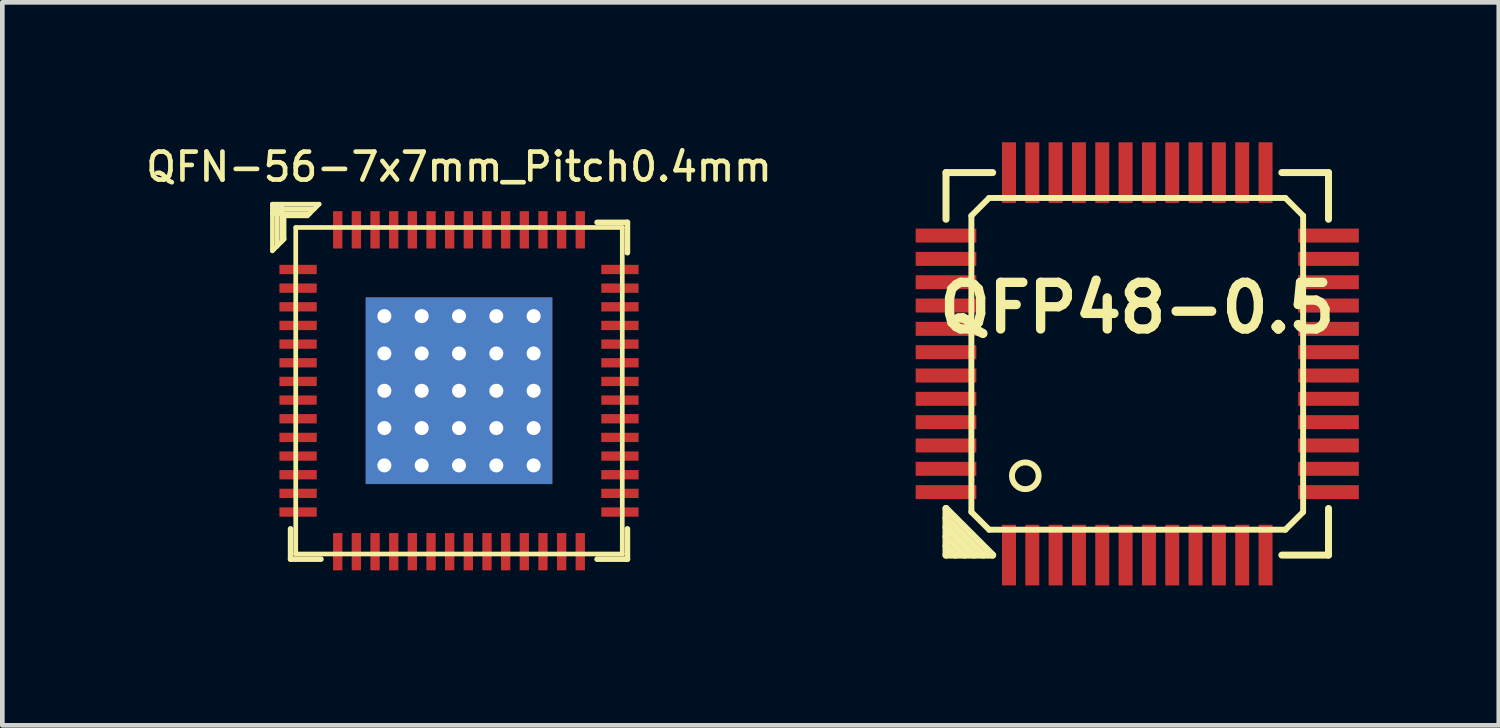
<source format=kicad_pcb>
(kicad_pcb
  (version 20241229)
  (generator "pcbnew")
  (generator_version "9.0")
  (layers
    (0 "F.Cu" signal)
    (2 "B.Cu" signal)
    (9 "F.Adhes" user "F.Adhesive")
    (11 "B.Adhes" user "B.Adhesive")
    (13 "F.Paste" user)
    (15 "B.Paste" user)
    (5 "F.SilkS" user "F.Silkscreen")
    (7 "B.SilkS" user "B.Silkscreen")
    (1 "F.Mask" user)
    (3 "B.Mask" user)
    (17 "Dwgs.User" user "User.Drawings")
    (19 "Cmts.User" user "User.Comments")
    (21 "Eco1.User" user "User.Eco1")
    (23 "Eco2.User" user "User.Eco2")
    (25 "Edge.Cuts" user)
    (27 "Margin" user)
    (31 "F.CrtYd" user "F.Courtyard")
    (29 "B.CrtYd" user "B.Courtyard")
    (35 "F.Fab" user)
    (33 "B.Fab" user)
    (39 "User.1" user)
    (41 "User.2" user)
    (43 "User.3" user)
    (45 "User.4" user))
  (footprint "QFN-56-7x7mm_Pitch0.4mm"
    (layer "F.Cu")
    (at 6.79 5.327)
    (property "Reference" "QFN-56-7x7mm_Pitch0.4mm" (at 0 -4.8 0) (layer "F.SilkS") (effects (font (size 0.6 0.6) (thickness 0.1) (bold yes))))
    (attr smd)
    (fp_line (start -4 -4) (end -4 -3) (stroke (width 0.1) (type default)) (layer "F.SilkS"))
    (fp_line (start -4 -3.9) (end -3.1 -3.9) (stroke (width 0.1) (type default)) (layer "F.SilkS"))
    (fp_line (start -4 -3.8) (end -3.2 -3.8) (stroke (width 0.1) (type default)) (layer "F.SilkS"))
    (fp_line (start -4 -3) (end -3.75 -3.25) (stroke (width 0.1) (type default)) (layer "F.SilkS"))
    (fp_line (start -3.9 -4) (end -3.9 -3.1) (stroke (width 0.1) (type default)) (layer "F.SilkS"))
    (fp_line (start -3.8 -4) (end -3.8 -3.2) (stroke (width 0.1) (type default)) (layer "F.SilkS"))
    (fp_line (start -3.75 -3.75) (end -3.25 -3.75) (stroke (width 0.1) (type default)) (layer "F.SilkS"))
    (fp_line (start -3.75 -3.25) (end -3.75 -3.75) (stroke (width 0.1) (type default)) (layer "F.SilkS"))
    (fp_line (start -3.61 3.61) (end -3.61 2.96) (stroke (width 0.12) (type solid)) (layer "F.SilkS"))
    (fp_line (start -3.5 -3.5) (end 3.5 -3.5) (stroke (width 0.1) (type solid)) (layer "F.SilkS"))
    (fp_line (start -3.5 3.5) (end -3.5 -3.5) (stroke (width 0.1) (type solid)) (layer "F.SilkS"))
    (fp_line (start -3.25 -3.75) (end -3 -4) (stroke (width 0.1) (type default)) (layer "F.SilkS"))
    (fp_line (start -3 -4) (end -4 -4) (stroke (width 0.1) (type default)) (layer "F.SilkS"))
    (fp_line (start -2.96 3.61) (end -3.61 3.61) (stroke (width 0.12) (type solid)) (layer "F.SilkS"))
    (fp_line (start 2.96 -3.61) (end 3.61 -3.61) (stroke (width 0.12) (type solid)) (layer "F.SilkS"))
    (fp_line (start 2.96 3.61) (end 3.61 3.61) (stroke (width 0.12) (type solid)) (layer "F.SilkS"))
    (fp_line (start 3.5 -3.5) (end 3.5 3.5) (stroke (width 0.1) (type solid)) (layer "F.SilkS"))
    (fp_line (start 3.5 3.5) (end -3.5 3.5) (stroke (width 0.1) (type solid)) (layer "F.SilkS"))
    (fp_line (start 3.61 -3.61) (end 3.61 -2.96) (stroke (width 0.12) (type solid)) (layer "F.SilkS"))
    (fp_line (start 3.61 3.61) (end 3.61 2.96) (stroke (width 0.12) (type solid)) (layer "F.SilkS"))
    (fp_circle (center -1.2 -1.2) (end -0.9 -1.2) (stroke (width 0) (type solid)) (fill yes) (layer "F.Paste"))
    (fp_circle (center -1.2 -0.4) (end -0.9 -0.4) (stroke (width 0) (type solid)) (fill yes) (layer "F.Paste"))
    (fp_circle (center -1.2 0.4) (end -0.9 0.4) (stroke (width 0) (type solid)) (fill yes) (layer "F.Paste"))
    (fp_circle (center -1.2 1.2) (end -0.9 1.2) (stroke (width 0) (type solid)) (fill yes) (layer "F.Paste"))
    (fp_circle (center -0.4 -1.2) (end -0.1 -1.2) (stroke (width 0) (type solid)) (fill yes) (layer "F.Paste"))
    (fp_circle (center -0.4 -0.4) (end -0.1 -0.4) (stroke (width 0) (type solid)) (fill yes) (layer "F.Paste"))
    (fp_circle (center -0.4 0.4) (end -0.1 0.4) (stroke (width 0) (type solid)) (fill yes) (layer "F.Paste"))
    (fp_circle (center -0.4 1.2) (end -0.1 1.2) (stroke (width 0) (type solid)) (fill yes) (layer "F.Paste"))
    (fp_circle (center 0.4 -1.2) (end 0.7 -1.2) (stroke (width 0) (type solid)) (fill yes) (layer "F.Paste"))
    (fp_circle (center 0.4 -0.4) (end 0.7 -0.4) (stroke (width 0) (type solid)) (fill yes) (layer "F.Paste"))
    (fp_circle (center 0.4 0.4) (end 0.7 0.4) (stroke (width 0) (type solid)) (fill yes) (layer "F.Paste"))
    (fp_circle (center 0.4 1.2) (end 0.7 1.2) (stroke (width 0) (type solid)) (fill yes) (layer "F.Paste"))
    (fp_circle (center 1.2 -1.2) (end 1.5 -1.2) (stroke (width 0) (type solid)) (fill yes) (layer "F.Paste"))
    (fp_circle (center 1.2 -0.4) (end 1.5 -0.4) (stroke (width 0) (type solid)) (fill yes) (layer "F.Paste"))
    (fp_circle (center 1.2 0.4) (end 1.5 0.4) (stroke (width 0) (type solid)) (fill yes) (layer "F.Paste"))
    (fp_circle (center 1.2 1.2) (end 1.5 1.2) (stroke (width 0) (type solid)) (fill yes) (layer "F.Paste"))
    (pad "1" smd rect (at -3.45 -2.6) (size 0.8 0.2) (layers "F.Cu" "F.Mask" "F.Paste"))
    (pad "2" smd rect (at -3.45 -2.2) (size 0.8 0.2) (layers "F.Cu" "F.Mask" "F.Paste"))
    (pad "3" smd rect (at -3.45 -1.8) (size 0.8 0.2) (layers "F.Cu" "F.Mask" "F.Paste"))
    (pad "4" smd rect (at -3.45 -1.4) (size 0.8 0.2) (layers "F.Cu" "F.Mask" "F.Paste"))
    (pad "5" smd rect (at -3.45 -1) (size 0.8 0.2) (layers "F.Cu" "F.Mask" "F.Paste"))
    (pad "6" smd rect (at -3.45 -0.6) (size 0.8 0.2) (layers "F.Cu" "F.Mask" "F.Paste"))
    (pad "7" smd rect (at -3.45 -0.2) (size 0.8 0.2) (layers "F.Cu" "F.Mask" "F.Paste"))
    (pad "8" smd rect (at -3.45 0.2) (size 0.8 0.2) (layers "F.Cu" "F.Mask" "F.Paste"))
    (pad "9" smd rect (at -3.45 0.6) (size 0.8 0.2) (layers "F.Cu" "F.Mask" "F.Paste"))
    (pad "10" smd rect (at -3.45 1) (size 0.8 0.2) (layers "F.Cu" "F.Mask" "F.Paste"))
    (pad "11" smd rect (at -3.45 1.4) (size 0.8 0.2) (layers "F.Cu" "F.Mask" "F.Paste"))
    (pad "12" smd rect (at -3.45 1.8) (size 0.8 0.2) (layers "F.Cu" "F.Mask" "F.Paste"))
    (pad "13" smd rect (at -3.45 2.2) (size 0.8 0.2) (layers "F.Cu" "F.Mask" "F.Paste"))
    (pad "14" smd rect (at -3.45 2.6) (size 0.8 0.2) (layers "F.Cu" "F.Mask" "F.Paste"))
    (pad "15" smd rect (at -2.6 3.45) (size 0.2 0.8) (layers "F.Cu" "F.Mask" "F.Paste"))
    (pad "16" smd rect (at -2.2 3.45) (size 0.2 0.8) (layers "F.Cu" "F.Mask" "F.Paste"))
    (pad "17" smd rect (at -1.8 3.45) (size 0.2 0.8) (layers "F.Cu" "F.Mask" "F.Paste"))
    (pad "18" smd rect (at -1.4 3.45) (size 0.2 0.8) (layers "F.Cu" "F.Mask" "F.Paste"))
    (pad "19" smd rect (at -1 3.45) (size 0.2 0.8) (layers "F.Cu" "F.Mask" "F.Paste"))
    (pad "20" smd rect (at -0.6 3.45) (size 0.2 0.8) (layers "F.Cu" "F.Mask" "F.Paste"))
    (pad "21" smd rect (at -0.2 3.45) (size 0.2 0.8) (layers "F.Cu" "F.Mask" "F.Paste"))
    (pad "22" smd rect (at 0.2 3.45) (size 0.2 0.8) (layers "F.Cu" "F.Mask" "F.Paste"))
    (pad "23" smd rect (at 0.6 3.45) (size 0.2 0.8) (layers "F.Cu" "F.Mask" "F.Paste"))
    (pad "24" smd rect (at 1 3.45) (size 0.2 0.8) (layers "F.Cu" "F.Mask" "F.Paste"))
    (pad "25" smd rect (at 1.4 3.45) (size 0.2 0.8) (layers "F.Cu" "F.Mask" "F.Paste"))
    (pad "26" smd rect (at 1.8 3.45) (size 0.2 0.8) (layers "F.Cu" "F.Mask" "F.Paste"))
    (pad "27" smd rect (at 2.2 3.45) (size 0.2 0.8) (layers "F.Cu" "F.Mask" "F.Paste"))
    (pad "28" smd rect (at 2.6 3.45) (size 0.2 0.8) (layers "F.Cu" "F.Mask" "F.Paste"))
    (pad "29" smd rect (at 3.45 2.6) (size 0.8 0.2) (layers "F.Cu" "F.Mask" "F.Paste"))
    (pad "30" smd rect (at 3.45 2.2) (size 0.8 0.2) (layers "F.Cu" "F.Mask" "F.Paste"))
    (pad "31" smd rect (at 3.45 1.8) (size 0.8 0.2) (layers "F.Cu" "F.Mask" "F.Paste"))
    (pad "32" smd rect (at 3.45 1.4) (size 0.8 0.2) (layers "F.Cu" "F.Mask" "F.Paste"))
    (pad "33" smd rect (at 3.45 1) (size 0.8 0.2) (layers "F.Cu" "F.Mask" "F.Paste"))
    (pad "34" smd rect (at 3.45 0.6) (size 0.8 0.2) (layers "F.Cu" "F.Mask" "F.Paste"))
    (pad "35" smd rect (at 3.45 0.2) (size 0.8 0.2) (layers "F.Cu" "F.Mask" "F.Paste"))
    (pad "36" smd rect (at 3.45 -0.2) (size 0.8 0.2) (layers "F.Cu" "F.Mask" "F.Paste"))
    (pad "37" smd rect (at 3.45 -0.6) (size 0.8 0.2) (layers "F.Cu" "F.Mask" "F.Paste"))
    (pad "38" smd rect (at 3.45 -1) (size 0.8 0.2) (layers "F.Cu" "F.Mask" "F.Paste"))
    (pad "39" smd rect (at 3.45 -1.4) (size 0.8 0.2) (layers "F.Cu" "F.Mask" "F.Paste"))
    (pad "40" smd rect (at 3.45 -1.8) (size 0.8 0.2) (layers "F.Cu" "F.Mask" "F.Paste"))
    (pad "41" smd rect (at 3.45 -2.2) (size 0.8 0.2) (layers "F.Cu" "F.Mask" "F.Paste"))
    (pad "42" smd rect (at 3.45 -2.6) (size 0.8 0.2) (layers "F.Cu" "F.Mask" "F.Paste"))
    (pad "43" smd rect (at 2.6 -3.45) (size 0.2 0.8) (layers "F.Cu" "F.Mask" "F.Paste"))
    (pad "44" smd rect (at 2.2 -3.45) (size 0.2 0.8) (layers "F.Cu" "F.Mask" "F.Paste"))
    (pad "45" smd rect (at 1.8 -3.45) (size 0.2 0.8) (layers "F.Cu" "F.Mask" "F.Paste"))
    (pad "46" smd rect (at 1.4 -3.45) (size 0.2 0.8) (layers "F.Cu" "F.Mask" "F.Paste"))
    (pad "47" smd rect (at 1 -3.45) (size 0.2 0.8) (layers "F.Cu" "F.Mask" "F.Paste"))
    (pad "48" smd rect (at 0.6 -3.45) (size 0.2 0.8) (layers "F.Cu" "F.Mask" "F.Paste"))
    (pad "49" smd rect (at 0.2 -3.45) (size 0.2 0.8) (layers "F.Cu" "F.Mask" "F.Paste"))
    (pad "50" smd rect (at -0.2 -3.45) (size 0.2 0.8) (layers "F.Cu" "F.Mask" "F.Paste"))
    (pad "51" smd rect (at -0.6 -3.45) (size 0.2 0.8) (layers "F.Cu" "F.Mask" "F.Paste"))
    (pad "52" smd rect (at -1 -3.45) (size 0.2 0.8) (layers "F.Cu" "F.Mask" "F.Paste"))
    (pad "53" smd rect (at -1.4 -3.45) (size 0.2 0.8) (layers "F.Cu" "F.Mask" "F.Paste"))
    (pad "54" smd rect (at -1.8 -3.45) (size 0.2 0.8) (layers "F.Cu" "F.Mask" "F.Paste"))
    (pad "55" smd rect (at -2.2 -3.45) (size 0.2 0.8) (layers "F.Cu" "F.Mask" "F.Paste"))
    (pad "56" smd rect (at -2.6 -3.45) (size 0.2 0.8) (layers "F.Cu" "F.Mask" "F.Paste"))
    (pad "57" thru_hole circle (at -1.6 -1.6) (size 0.5 0.5) (drill 0.3) (property pad_prop_heatsink) (layers "*.Cu"))
    (pad "57" thru_hole circle (at -1.6 -0.8) (size 0.5 0.5) (drill 0.3) (property pad_prop_heatsink) (layers "*.Cu"))
    (pad "57" thru_hole circle (at -1.6 0) (size 0.5 0.5) (drill 0.3) (property pad_prop_heatsink) (layers "*.Cu"))
    (pad "57" thru_hole circle (at -1.6 0.8) (size 0.5 0.5) (drill 0.3) (property pad_prop_heatsink) (layers "*.Cu"))
    (pad "57" thru_hole circle (at -1.6 1.6) (size 0.5 0.5) (drill 0.3) (property pad_prop_heatsink) (layers "*.Cu"))
    (pad "57" thru_hole circle (at -0.8 -1.6) (size 0.5 0.5) (drill 0.3) (property pad_prop_heatsink) (layers "*.Cu"))
    (pad "57" thru_hole circle (at -0.8 -0.8) (size 0.5 0.5) (drill 0.3) (property pad_prop_heatsink) (layers "*.Cu"))
    (pad "57" thru_hole circle (at -0.8 0) (size 0.5 0.5) (drill 0.3) (property pad_prop_heatsink) (layers "*.Cu"))
    (pad "57" thru_hole circle (at -0.8 0.8) (size 0.5 0.5) (drill 0.3) (property pad_prop_heatsink) (layers "*.Cu"))
    (pad "57" thru_hole circle (at -0.8 1.6) (size 0.5 0.5) (drill 0.3) (property pad_prop_heatsink) (layers "*.Cu"))
    (pad "57" thru_hole circle (at 0 -1.6) (size 0.5 0.5) (drill 0.3) (property pad_prop_heatsink) (layers "*.Cu"))
    (pad "57" thru_hole circle (at 0 -0.8) (size 0.5 0.5) (drill 0.3) (property pad_prop_heatsink) (layers "*.Cu"))
    (pad "57" thru_hole circle (at 0 0) (size 0.5 0.5) (drill 0.3) (property pad_prop_heatsink) (layers "*.Cu"))
    (pad "57" smd rect (at 0 0) (size 4 4) (property pad_prop_heatsink) (layers "F.Cu" "F.Mask"))
    (pad "57" smd rect (at 0 0) (size 4 4) (property pad_prop_heatsink) (layers "B.Cu"))
    (pad "57" thru_hole circle (at 0 0.8) (size 0.5 0.5) (drill 0.3) (property pad_prop_heatsink) (layers "*.Cu"))
    (pad "57" thru_hole circle (at 0 1.6) (size 0.5 0.5) (drill 0.3) (property pad_prop_heatsink) (layers "*.Cu"))
    (pad "57" thru_hole circle (at 0.8 -1.6) (size 0.5 0.5) (drill 0.3) (property pad_prop_heatsink) (layers "*.Cu"))
    (pad "57" thru_hole circle (at 0.8 -0.8) (size 0.5 0.5) (drill 0.3) (property pad_prop_heatsink) (layers "*.Cu"))
    (pad "57" thru_hole circle (at 0.8 0) (size 0.5 0.5) (drill 0.3) (property pad_prop_heatsink) (layers "*.Cu"))
    (pad "57" thru_hole circle (at 0.8 0.8) (size 0.5 0.5) (drill 0.3) (property pad_prop_heatsink) (layers "*.Cu"))
    (pad "57" thru_hole circle (at 0.8 1.6) (size 0.5 0.5) (drill 0.3) (property pad_prop_heatsink) (layers "*.Cu"))
    (pad "57" thru_hole circle (at 1.6 -1.6) (size 0.5 0.5) (drill 0.3) (property pad_prop_heatsink) (layers "*.Cu"))
    (pad "57" thru_hole circle (at 1.6 -0.8) (size 0.5 0.5) (drill 0.3) (property pad_prop_heatsink) (layers "*.Cu"))
    (pad "57" thru_hole circle (at 1.6 0) (size 0.5 0.5) (drill 0.3) (property pad_prop_heatsink) (layers "*.Cu"))
    (pad "57" thru_hole circle (at 1.6 0.8) (size 0.5 0.5) (drill 0.3) (property pad_prop_heatsink) (layers "*.Cu"))
    (pad "57" thru_hole circle (at 1.6 1.6) (size 0.5 0.5) (drill 0.3) (property pad_prop_heatsink) (layers "*.Cu")))
  (footprint "QFP48-0.5"
    (layer "F.Cu")
    (at 21.33 4.75)
    (property "Reference" "QFP48-0.5" (at 0 -1.2 0) (layer "F.SilkS") (effects (font (size 1 1) (thickness 0.2))))
    (attr through_hole)
    (fp_line (start -4.1 -4.1) (end -3.1 -4.1) (stroke (width 0.15) (type solid)) (layer "F.SilkS"))
    (fp_line (start -4.1 -3.1) (end -4.1 -4.1) (stroke (width 0.15) (type solid)) (layer "F.SilkS"))
    (fp_line (start -4.1 3.1) (end -3.1 4.1) (stroke (width 0.15) (type solid)) (layer "F.SilkS"))
    (fp_line (start -4.1 3.5) (end -3.5 4.1) (stroke (width 0.15) (type solid)) (layer "F.SilkS"))
    (fp_line (start -4.1 3.9) (end -3.9 4.1) (stroke (width 0.15) (type solid)) (layer "F.SilkS"))
    (fp_line (start -4.1 4.1) (end -4.1 3.1) (stroke (width 0.15) (type solid)) (layer "F.SilkS"))
    (fp_line (start -3.7 4.1) (end -4.1 3.7) (stroke (width 0.15) (type solid)) (layer "F.SilkS"))
    (fp_line (start -3.556 -3.175) (end -3.175 -3.556) (stroke (width 0.127) (type solid)) (layer "F.SilkS"))
    (fp_line (start -3.556 3.175) (end -3.556 -3.175) (stroke (width 0.127) (type solid)) (layer "F.SilkS"))
    (fp_line (start -3.3 4.1) (end -4.1 3.3) (stroke (width 0.15) (type solid)) (layer "F.SilkS"))
    (fp_line (start -3.175 -3.556) (end 3.175 -3.556) (stroke (width 0.127) (type solid)) (layer "F.SilkS"))
    (fp_line (start -3.175 3.556) (end -3.556 3.175) (stroke (width 0.127) (type solid)) (layer "F.SilkS"))
    (fp_line (start -3.1 4.1) (end -4.1 4.1) (stroke (width 0.15) (type solid)) (layer "F.SilkS"))
    (fp_line (start 3.1 -4.1) (end 4.1 -4.1) (stroke (width 0.15) (type solid)) (layer "F.SilkS"))
    (fp_line (start 3.175 -3.556) (end 3.556 -3.175) (stroke (width 0.127) (type solid)) (layer "F.SilkS"))
    (fp_line (start 3.175 3.556) (end -3.175 3.556) (stroke (width 0.127) (type solid)) (layer "F.SilkS"))
    (fp_line (start 3.556 -3.175) (end 3.556 3.175) (stroke (width 0.127) (type solid)) (layer "F.SilkS"))
    (fp_line (start 3.556 3.175) (end 3.175 3.556) (stroke (width 0.127) (type solid)) (layer "F.SilkS"))
    (fp_line (start 4.1 -4.1) (end 4.1 -3.1) (stroke (width 0.15) (type solid)) (layer "F.SilkS"))
    (fp_line (start 4.1 3.1) (end 4.1 4.1) (stroke (width 0.15) (type solid)) (layer "F.SilkS"))
    (fp_line (start 4.1 4.1) (end 3.1 4.1) (stroke (width 0.15) (type solid)) (layer "F.SilkS"))
    (fp_circle (center -2.4 2.4) (end -2.65 2.54) (stroke (width 0.127) (type solid)) (fill no) (layer "F.SilkS"))
    (pad "1" smd rect (at -2.75 4.1) (size 0.3 1.3) (layers "F.Cu" "F.Mask" "F.Paste"))
    (pad "2" smd rect (at -2.25 4.1) (size 0.3 1.3) (layers "F.Cu" "F.Mask" "F.Paste"))
    (pad "3" smd rect (at -1.75 4.1) (size 0.3 1.3) (layers "F.Cu" "F.Mask" "F.Paste"))
    (pad "4" smd rect (at -1.25 4.1) (size 0.3 1.3) (layers "F.Cu" "F.Mask" "F.Paste"))
    (pad "5" smd rect (at -0.75 4.1) (size 0.3 1.3) (layers "F.Cu" "F.Mask" "F.Paste"))
    (pad "6" smd rect (at -0.25 4.1) (size 0.3 1.3) (layers "F.Cu" "F.Mask" "F.Paste"))
    (pad "7" smd rect (at 0.25 4.1) (size 0.3 1.3) (layers "F.Cu" "F.Mask" "F.Paste"))
    (pad "8" smd rect (at 0.75 4.1) (size 0.3 1.3) (layers "F.Cu" "F.Mask" "F.Paste"))
    (pad "9" smd rect (at 1.25 4.1) (size 0.3 1.3) (layers "F.Cu" "F.Mask" "F.Paste"))
    (pad "10" smd rect (at 1.75 4.1) (size 0.3 1.3) (layers "F.Cu" "F.Mask" "F.Paste"))
    (pad "11" smd rect (at 2.25 4.1) (size 0.3 1.3) (layers "F.Cu" "F.Mask" "F.Paste"))
    (pad "12" smd rect (at 2.75 4.1) (size 0.3 1.3) (layers "F.Cu" "F.Mask" "F.Paste"))
    (pad "13" smd rect (at 4.1 2.75) (size 1.3 0.3) (layers "F.Cu" "F.Mask" "F.Paste"))
    (pad "14" smd rect (at 4.1 2.25) (size 1.3 0.3) (layers "F.Cu" "F.Mask" "F.Paste"))
    (pad "15" smd rect (at 4.1 1.75) (size 1.3 0.3) (layers "F.Cu" "F.Mask" "F.Paste"))
    (pad "16" smd rect (at 4.1 1.25) (size 1.3 0.3) (layers "F.Cu" "F.Mask" "F.Paste"))
    (pad "17" smd rect (at 4.1 0.75) (size 1.3 0.3) (layers "F.Cu" "F.Mask" "F.Paste"))
    (pad "18" smd rect (at 4.1 0.25) (size 1.3 0.3) (layers "F.Cu" "F.Mask" "F.Paste"))
    (pad "19" smd rect (at 4.1 -0.25) (size 1.3 0.3) (layers "F.Cu" "F.Mask" "F.Paste"))
    (pad "20" smd rect (at 4.1 -0.75) (size 1.3 0.3) (layers "F.Cu" "F.Mask" "F.Paste"))
    (pad "21" smd rect (at 4.1 -1.25) (size 1.3 0.3) (layers "F.Cu" "F.Mask" "F.Paste"))
    (pad "22" smd rect (at 4.1 -1.75) (size 1.3 0.3) (layers "F.Cu" "F.Mask" "F.Paste"))
    (pad "23" smd rect (at 4.1 -2.25) (size 1.3 0.3) (layers "F.Cu" "F.Mask" "F.Paste"))
    (pad "24" smd rect (at 4.1 -2.75) (size 1.3 0.3) (layers "F.Cu" "F.Mask" "F.Paste"))
    (pad "25" smd rect (at 2.75 -4.1) (size 0.3 1.3) (layers "F.Cu" "F.Mask" "F.Paste"))
    (pad "26" smd rect (at 2.25 -4.1) (size 0.3 1.3) (layers "F.Cu" "F.Mask" "F.Paste"))
    (pad "27" smd rect (at 1.75 -4.1) (size 0.3 1.3) (layers "F.Cu" "F.Mask" "F.Paste"))
    (pad "28" smd rect (at 1.25 -4.1) (size 0.3 1.3) (layers "F.Cu" "F.Mask" "F.Paste"))
    (pad "29" smd rect (at 0.75 -4.1) (size 0.3 1.3) (layers "F.Cu" "F.Mask" "F.Paste"))
    (pad "30" smd rect (at 0.25 -4.1) (size 0.3 1.3) (layers "F.Cu" "F.Mask" "F.Paste"))
    (pad "31" smd rect (at -0.25 -4.1) (size 0.3 1.3) (layers "F.Cu" "F.Mask" "F.Paste"))
    (pad "32" smd rect (at -0.75 -4.1) (size 0.3 1.3) (layers "F.Cu" "F.Mask" "F.Paste"))
    (pad "33" smd rect (at -1.25 -4.1) (size 0.3 1.3) (layers "F.Cu" "F.Mask" "F.Paste"))
    (pad "34" smd rect (at -1.75 -4.1) (size 0.3 1.3) (layers "F.Cu" "F.Mask" "F.Paste"))
    (pad "35" smd rect (at -2.25 -4.1) (size 0.3 1.3) (layers "F.Cu" "F.Mask" "F.Paste"))
    (pad "36" smd rect (at -2.75 -4.1) (size 0.3 1.3) (layers "F.Cu" "F.Mask" "F.Paste"))
    (pad "37" smd rect (at -4.1 -2.75) (size 1.3 0.3) (layers "F.Cu" "F.Mask" "F.Paste"))
    (pad "38" smd rect (at -4.1 -2.25) (size 1.3 0.3) (layers "F.Cu" "F.Mask" "F.Paste"))
    (pad "39" smd rect (at -4.1 -1.75) (size 1.3 0.3) (layers "F.Cu" "F.Mask" "F.Paste"))
    (pad "40" smd rect (at -4.1 -1.25) (size 1.3 0.3) (layers "F.Cu" "F.Mask" "F.Paste"))
    (pad "41" smd rect (at -4.1 -0.75) (size 1.3 0.3) (layers "F.Cu" "F.Mask" "F.Paste"))
    (pad "42" smd rect (at -4.1 -0.25) (size 1.3 0.3) (layers "F.Cu" "F.Mask" "F.Paste"))
    (pad "43" smd rect (at -4.1 0.25) (size 1.3 0.3) (layers "F.Cu" "F.Mask" "F.Paste"))
    (pad "44" smd rect (at -4.1 0.75) (size 1.3 0.3) (layers "F.Cu" "F.Mask" "F.Paste"))
    (pad "45" smd rect (at -4.1 1.25) (size 1.3 0.3) (layers "F.Cu" "F.Mask" "F.Paste"))
    (pad "46" smd rect (at -4.1 1.75) (size 1.3 0.3) (layers "F.Cu" "F.Mask" "F.Paste"))
    (pad "47" smd rect (at -4.1 2.25) (size 1.3 0.3) (layers "F.Cu" "F.Mask" "F.Paste"))
    (pad "48" smd rect (at -4.1 2.75) (size 1.3 0.3) (layers "F.Cu" "F.Mask" "F.Paste")))
  (gr_rect
    (start -3 -3)
    (end 29.08 12.5)
    (stroke (width 0.1) (type default))
    (fill no)
    (layer "Edge.Cuts")))
</source>
